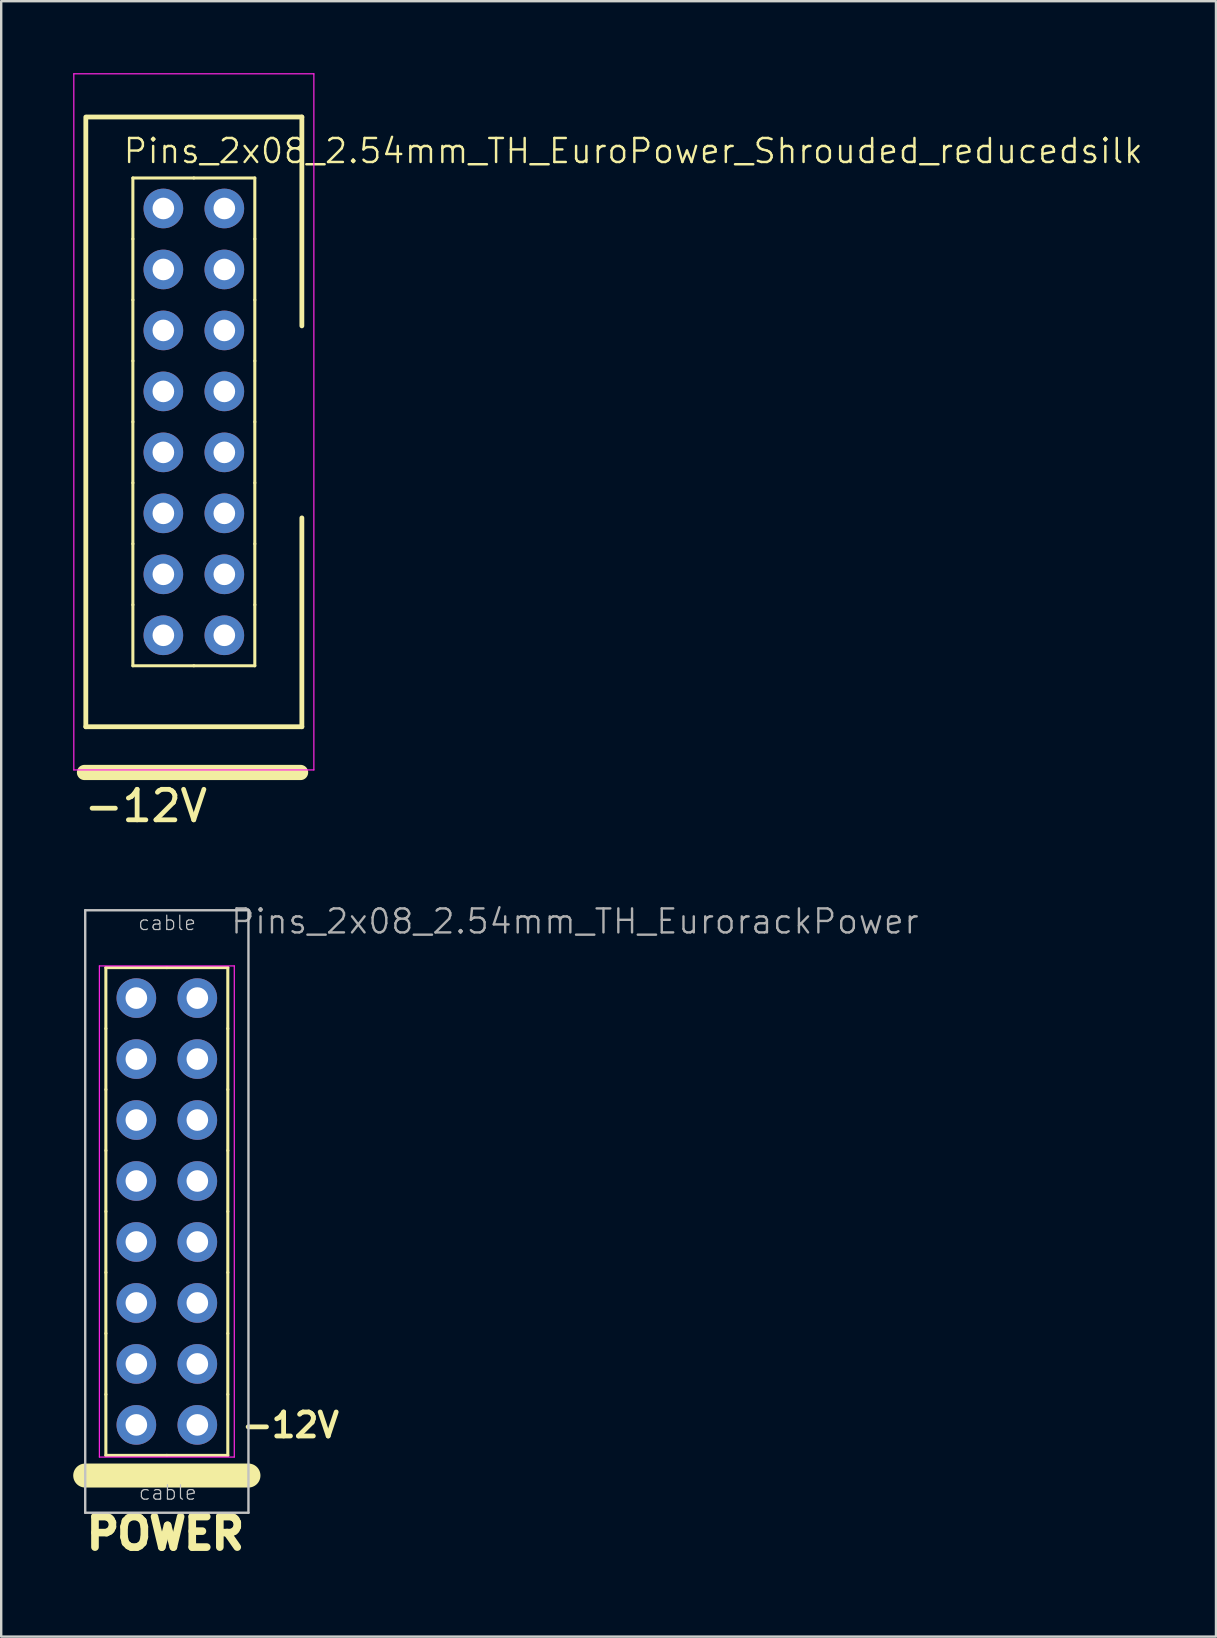
<source format=kicad_pcb>
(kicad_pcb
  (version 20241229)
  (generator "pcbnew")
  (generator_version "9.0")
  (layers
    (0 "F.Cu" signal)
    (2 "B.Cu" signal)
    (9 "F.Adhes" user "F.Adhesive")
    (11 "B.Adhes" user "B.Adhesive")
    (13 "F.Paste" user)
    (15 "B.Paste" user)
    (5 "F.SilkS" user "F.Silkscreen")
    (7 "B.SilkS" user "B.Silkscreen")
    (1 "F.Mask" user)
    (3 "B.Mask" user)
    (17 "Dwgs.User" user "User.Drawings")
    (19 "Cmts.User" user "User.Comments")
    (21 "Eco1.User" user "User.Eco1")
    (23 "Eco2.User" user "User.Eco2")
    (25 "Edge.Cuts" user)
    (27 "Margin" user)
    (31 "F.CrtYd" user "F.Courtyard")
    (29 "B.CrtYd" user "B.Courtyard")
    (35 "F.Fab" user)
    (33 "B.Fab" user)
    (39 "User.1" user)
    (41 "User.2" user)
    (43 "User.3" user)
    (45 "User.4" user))
  (footprint "Pins_2x08_2.54mm_TH_EurorackPower"
    (layer "F.Cu")
    (at 3.9 47.419)
    (property "Reference" "Pins_2x08_2.54mm_TH_EurorackPower" (at 2.6 -11.5 180) (layer "F.Fab") (effects (font (size 1 1) (thickness 0.1)) (justify left bottom)))
    (attr through_hole)
    (fp_line (start -2.54 -10.16) (end -2.54 -7.62) (stroke (width 0.127) (type solid)) (layer "F.SilkS"))
    (fp_line (start -2.54 -10.16) (end 0 -10.16) (stroke (width 0.127) (type solid)) (layer "F.SilkS"))
    (fp_line (start -2.54 -7.62) (end -2.54 -5.08) (stroke (width 0.127) (type solid)) (layer "F.SilkS"))
    (fp_line (start -2.54 -5.08) (end -2.54 -2.54) (stroke (width 0.127) (type solid)) (layer "F.SilkS"))
    (fp_line (start -2.54 -2.54) (end -2.54 0) (stroke (width 0.127) (type solid)) (layer "F.SilkS"))
    (fp_line (start -2.54 0) (end -2.54 2.54) (stroke (width 0.127) (type solid)) (layer "F.SilkS"))
    (fp_line (start -2.54 2.54) (end -2.54 5.08) (stroke (width 0.127) (type solid)) (layer "F.SilkS"))
    (fp_line (start -2.54 5.08) (end -2.54 7.62) (stroke (width 0.127) (type solid)) (layer "F.SilkS"))
    (fp_line (start -2.54 7.62) (end -2.54 10.16) (stroke (width 0.127) (type solid)) (layer "F.SilkS"))
    (fp_line (start -2.54 10.16) (end 0 10.16) (stroke (width 0.127) (type solid)) (layer "F.SilkS"))
    (fp_line (start 0 -10.16) (end 2.54 -10.16) (stroke (width 0.127) (type solid)) (layer "F.SilkS"))
    (fp_line (start 0 10.16) (end 2.54 10.16) (stroke (width 0.127) (type solid)) (layer "F.SilkS"))
    (fp_line (start 2.54 -7.62) (end 2.54 -10.16) (stroke (width 0.127) (type solid)) (layer "F.SilkS"))
    (fp_line (start 2.54 -5.08) (end 2.54 -7.62) (stroke (width 0.127) (type solid)) (layer "F.SilkS"))
    (fp_line (start 2.54 -2.54) (end 2.54 -5.08) (stroke (width 0.127) (type solid)) (layer "F.SilkS"))
    (fp_line (start 2.54 0) (end 2.54 -2.54) (stroke (width 0.127) (type solid)) (layer "F.SilkS"))
    (fp_line (start 2.54 2.54) (end 2.54 0) (stroke (width 0.127) (type solid)) (layer "F.SilkS"))
    (fp_line (start 2.54 5.08) (end 2.54 2.54) (stroke (width 0.127) (type solid)) (layer "F.SilkS"))
    (fp_line (start 2.54 7.62) (end 2.54 5.08) (stroke (width 0.127) (type solid)) (layer "F.SilkS"))
    (fp_line (start 2.54 10.16) (end 2.54 7.62) (stroke (width 0.127) (type solid)) (layer "F.SilkS"))
    (fp_line (start 3.4 11) (end -3.4 11) (stroke (width 1) (type solid)) (layer "F.SilkS"))
    (fp_line (start -3.4 -12.55) (end 3.4 -12.55) (stroke (width 0.1) (type solid)) (layer "Dwgs.User"))
    (fp_line (start -3.4 12.55) (end -3.4 -12.55) (stroke (width 0.1) (type solid)) (layer "Dwgs.User"))
    (fp_line (start -3.4 12.55) (end 3.4 12.55) (stroke (width 0.1) (type solid)) (layer "Dwgs.User"))
    (fp_line (start 3.4 12.55) (end 3.4 -12.55) (stroke (width 0.1) (type solid)) (layer "Dwgs.User"))
    (fp_line (start -2.81 10.23) (end -2.81 -10.23) (stroke (width 0.05) (type solid)) (layer "F.CrtYd"))
    (fp_line (start 2.81 -10.23) (end -2.81 -10.23) (stroke (width 0.05) (type solid)) (layer "F.CrtYd"))
    (fp_line (start 2.81 10.23) (end -2.81 10.23) (stroke (width 0.05) (type solid)) (layer "F.CrtYd"))
    (fp_line (start 2.81 10.23) (end 2.81 -10.23) (stroke (width 0.05) (type solid)) (layer "F.CrtYd"))
    (fp_text user "POWER" (at -0.06 13.41 0) (layer "F.SilkS") (effects (font (size 1.27 1.27) (thickness 0.318))))
    (fp_text user "-12V" (at 5.15 8.9 180) (layer "F.SilkS") (effects (font (size 1 1) (thickness 0.2))))
    (fp_text user "cable" (at 0.04 11.71 180) (layer "Dwgs.User") (effects (font (size 0.6 0.6) (thickness 0.05))))
    (fp_text user "cable" (at 0.01 -12.02 180) (layer "Dwgs.User") (effects (font (size 0.6 0.6) (thickness 0.05))))
    (pad "1" thru_hole circle (at 1.27 8.89 180) (size 1.651 1.651) (drill 0.9) (layers "*.Cu" "*.Mask"))
    (pad "2" thru_hole circle (at -1.27 8.89 180) (size 1.651 1.651) (drill 0.9) (layers "*.Cu" "*.Mask"))
    (pad "3" thru_hole circle (at 1.27 6.35 180) (size 1.651 1.651) (drill 0.9) (layers "*.Cu" "*.Mask"))
    (pad "4" thru_hole circle (at -1.27 6.35 180) (size 1.651 1.651) (drill 0.9) (layers "*.Cu" "*.Mask"))
    (pad "5" thru_hole circle (at 1.27 3.81 180) (size 1.651 1.651) (drill 0.9) (layers "*.Cu" "*.Mask"))
    (pad "6" thru_hole circle (at -1.27 3.81 180) (size 1.651 1.651) (drill 0.9) (layers "*.Cu" "*.Mask"))
    (pad "7" thru_hole circle (at 1.27 1.27 180) (size 1.651 1.651) (drill 0.9) (layers "*.Cu" "*.Mask"))
    (pad "8" thru_hole circle (at -1.27 1.27 180) (size 1.651 1.651) (drill 0.9) (layers "*.Cu" "*.Mask"))
    (pad "9" thru_hole circle (at 1.27 -1.27 180) (size 1.651 1.651) (drill 0.9) (layers "*.Cu" "*.Mask"))
    (pad "10" thru_hole circle (at -1.27 -1.27 180) (size 1.651 1.651) (drill 0.9) (layers "*.Cu" "*.Mask"))
    (pad "11" thru_hole circle (at 1.27 -3.81 180) (size 1.651 1.651) (drill 0.9) (layers "*.Cu" "*.Mask"))
    (pad "12" thru_hole circle (at -1.27 -3.81 180) (size 1.651 1.651) (drill 0.9) (layers "*.Cu" "*.Mask"))
    (pad "13" thru_hole circle (at 1.27 -6.35 180) (size 1.651 1.651) (drill 0.9) (layers "*.Cu" "*.Mask"))
    (pad "14" thru_hole circle (at -1.27 -6.35 180) (size 1.651 1.651) (drill 0.9) (layers "*.Cu" "*.Mask"))
    (pad "15" thru_hole circle (at 1.27 -8.89 180) (size 1.651 1.651) (drill 0.9) (layers "*.Cu" "*.Mask"))
    (pad "16" thru_hole circle (at -1.27 -8.89 180) (size 1.651 1.651) (drill 0.9) (layers "*.Cu" "*.Mask")))
  (footprint "Pins_2x08_2.54mm_TH_EuroPower_Shrouded_reducedsilk"
    (layer "F.Cu")
    (at 5.025 14.525)
    (property "Reference" "Pins_2x08_2.54mm_TH_EuroPower_Shrouded_reducedsilk" (at -3 -10.7 0) (layer "F.SilkS") (effects (font (size 1 1) (thickness 0.102)) (justify left bottom)))
    (attr through_hole)
    (fp_line (start -4.555 14.605) (end 4.445 14.605) (stroke (width 0.635) (type solid)) (layer "F.SilkS"))
    (fp_line (start -4.5 -12.7) (end -4.5 12.7) (stroke (width 0.2) (type solid)) (layer "F.SilkS"))
    (fp_line (start -4.5 12.7) (end 4.5 12.7) (stroke (width 0.2) (type solid)) (layer "F.SilkS"))
    (fp_line (start -4.445 -12.7) (end 4.5 -12.7) (stroke (width 0.2) (type solid)) (layer "F.SilkS"))
    (fp_line (start -2.54 -10.16) (end -2.54 -7.62) (stroke (width 0.127) (type solid)) (layer "F.SilkS"))
    (fp_line (start -2.54 -7.62) (end -2.54 -5.08) (stroke (width 0.127) (type solid)) (layer "F.SilkS"))
    (fp_line (start -2.54 -5.08) (end -2.54 -2.54) (stroke (width 0.127) (type solid)) (layer "F.SilkS"))
    (fp_line (start -2.54 -2.54) (end -2.54 0) (stroke (width 0.127) (type solid)) (layer "F.SilkS"))
    (fp_line (start -2.54 0) (end -2.54 2.54) (stroke (width 0.127) (type solid)) (layer "F.SilkS"))
    (fp_line (start -2.54 2.54) (end -2.54 5.08) (stroke (width 0.127) (type solid)) (layer "F.SilkS"))
    (fp_line (start -2.54 5.08) (end -2.54 7.62) (stroke (width 0.127) (type solid)) (layer "F.SilkS"))
    (fp_line (start -2.54 7.62) (end -2.54 10.16) (stroke (width 0.127) (type solid)) (layer "F.SilkS"))
    (fp_line (start 0 -10.16) (end -2.54 -10.16) (stroke (width 0.127) (type solid)) (layer "F.SilkS"))
    (fp_line (start 0 10.16) (end -2.54 10.16) (stroke (width 0.127) (type solid)) (layer "F.SilkS"))
    (fp_line (start 2.54 -10.16) (end 0 -10.16) (stroke (width 0.127) (type solid)) (layer "F.SilkS"))
    (fp_line (start 2.54 -7.62) (end 2.54 -10.16) (stroke (width 0.127) (type solid)) (layer "F.SilkS"))
    (fp_line (start 2.54 -5.08) (end 2.54 -7.62) (stroke (width 0.127) (type solid)) (layer "F.SilkS"))
    (fp_line (start 2.54 -2.54) (end 2.54 -5.08) (stroke (width 0.127) (type solid)) (layer "F.SilkS"))
    (fp_line (start 2.54 0) (end 2.54 -2.54) (stroke (width 0.127) (type solid)) (layer "F.SilkS"))
    (fp_line (start 2.54 2.54) (end 2.54 0) (stroke (width 0.127) (type solid)) (layer "F.SilkS"))
    (fp_line (start 2.54 5.08) (end 2.54 2.54) (stroke (width 0.127) (type solid)) (layer "F.SilkS"))
    (fp_line (start 2.54 7.62) (end 2.54 5.08) (stroke (width 0.127) (type solid)) (layer "F.SilkS"))
    (fp_line (start 2.54 10.16) (end 0 10.16) (stroke (width 0.127) (type solid)) (layer "F.SilkS"))
    (fp_line (start 2.54 10.16) (end 2.54 7.62) (stroke (width 0.127) (type solid)) (layer "F.SilkS"))
    (fp_line (start 4.5 -12.7) (end 4.5 -4) (stroke (width 0.2) (type solid)) (layer "F.SilkS"))
    (fp_line (start 4.5 4) (end 4.5 12.7) (stroke (width 0.2) (type solid)) (layer "F.SilkS"))
    (fp_line (start -5 -14.5) (end -5 14.5) (stroke (width 0.05) (type solid)) (layer "F.CrtYd"))
    (fp_line (start -5 -14.5) (end 5 -14.5) (stroke (width 0.05) (type solid)) (layer "F.CrtYd"))
    (fp_line (start -5 14.5) (end 5 14.5) (stroke (width 0.05) (type solid)) (layer "F.CrtYd"))
    (fp_line (start 5 -14.5) (end 5 14.5) (stroke (width 0.05) (type solid)) (layer "F.CrtYd"))
    (fp_text user "-12V" (at -2 16 0) (layer "F.SilkS") (effects (font (size 1.27 1.27) (thickness 0.2))))
    (pad "1" thru_hole circle (at -1.27 -8.89) (size 1.651 1.651) (drill 0.9) (layers "*.Cu" "*.Mask"))
    (pad "2" thru_hole circle (at 1.27 -8.89) (size 1.651 1.651) (drill 0.9) (layers "*.Cu" "*.Mask"))
    (pad "3" thru_hole circle (at -1.27 -6.35) (size 1.651 1.651) (drill 0.9) (layers "*.Cu" "*.Mask"))
    (pad "4" thru_hole circle (at 1.27 -6.35) (size 1.651 1.651) (drill 0.9) (layers "*.Cu" "*.Mask"))
    (pad "5" thru_hole circle (at -1.27 -3.81) (size 1.651 1.651) (drill 0.9) (layers "*.Cu" "*.Mask"))
    (pad "6" thru_hole circle (at 1.27 -3.81) (size 1.651 1.651) (drill 0.9) (layers "*.Cu" "*.Mask"))
    (pad "7" thru_hole circle (at -1.27 -1.27) (size 1.651 1.651) (drill 0.9) (layers "*.Cu" "*.Mask"))
    (pad "8" thru_hole circle (at 1.27 -1.27) (size 1.651 1.651) (drill 0.9) (layers "*.Cu" "*.Mask"))
    (pad "9" thru_hole circle (at -1.27 1.27) (size 1.651 1.651) (drill 0.9) (layers "*.Cu" "*.Mask"))
    (pad "10" thru_hole circle (at 1.27 1.27) (size 1.651 1.651) (drill 0.9) (layers "*.Cu" "*.Mask"))
    (pad "11" thru_hole circle (at -1.27 3.81) (size 1.651 1.651) (drill 0.9) (layers "*.Cu" "*.Mask"))
    (pad "12" thru_hole circle (at 1.27 3.81) (size 1.651 1.651) (drill 0.9) (layers "*.Cu" "*.Mask"))
    (pad "13" thru_hole circle (at -1.27 6.35) (size 1.651 1.651) (drill 0.9) (layers "*.Cu" "*.Mask"))
    (pad "14" thru_hole circle (at 1.27 6.35) (size 1.651 1.651) (drill 0.9) (layers "*.Cu" "*.Mask"))
    (pad "15" thru_hole circle (at -1.27 8.89) (size 1.651 1.651) (drill 0.9) (layers "*.Cu" "*.Mask"))
    (pad "16" thru_hole circle (at 1.27 8.89) (size 1.651 1.651) (drill 0.9) (layers "*.Cu" "*.Mask")))
  (gr_rect
    (start -3 -3)
    (end 47.606 65.129)
    (stroke (width 0.1) (type default))
    (fill no)
    (layer "Edge.Cuts")))
</source>
